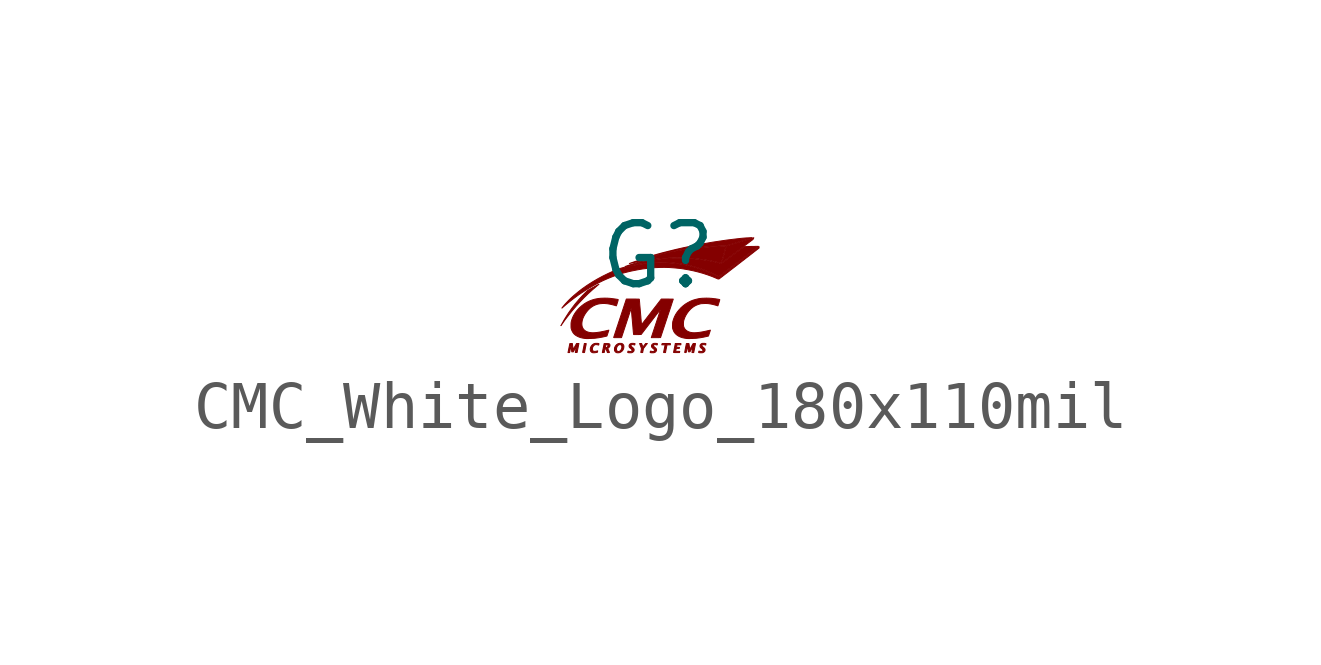
<source format=kicad_sym>
(kicad_symbol_lib
  (version 20211014)
  (generator kicad_symbol_editor)
  (symbol "CMC_White_Logo_180x110mil"
    (pin_names
      (offset 1.016))
    (property "Reference" "G"
      (at 0 0.819 0)
      (effects (font (size 1.27 1.27))))
    (symbol "CMC_White_Logo_180x110mil_0_0"
      (polyline (pts (xy -2.016 -0.633) (xy -2.017 -0.631) (xy -2.019 -0.633) (xy -2.017 -0.634) (xy -2.016 -0.633)) (stroke (width 0.01) (type default) (color 0 0 0 0)) (fill (type outline)))
      (polyline (pts (xy -0.214 0.792) (xy -0.214 0.794) (xy -0.214 0.794) (xy -0.218 0.794) (xy -0.218 0.793) (xy -0.216 0.792) (xy -0.214 0.792)) (stroke (width 0.01) (type default) (color 0 0 0 0)) (fill (type outline)))
      (polyline (pts (xy -0.203 0.795) (xy -0.203 0.797) (xy -0.203 0.797) (xy -0.207 0.797) (xy -0.207 0.796) (xy -0.205 0.795) (xy -0.203 0.795)) (stroke (width 0.01) (type default) (color 0 0 0 0)) (fill (type outline)))
      (polyline (pts (xy -0.195 0.798) (xy -0.195 0.799) (xy -0.195 0.8) (xy -0.198 0.799) (xy -0.199 0.798) (xy -0.197 0.797) (xy -0.195 0.798)) (stroke (width 0.01) (type default) (color 0 0 0 0)) (fill (type outline)))
      (polyline (pts (xy -0.185 0.801) (xy -0.179 0.803) (xy -0.176 0.805) (xy -0.177 0.805) (xy -0.18 0.805) (xy -0.187 0.803) (xy -0.19 0.801) (xy -0.188 0.801) (xy -0.185 0.801)) (stroke (width 0.01) (type default) (color 0 0 0 0)) (fill (type outline)))
      (polyline (pts (xy -1.538 -1.194) (xy -1.531 -1.193) (xy -1.529 -1.193) (xy -1.528 -1.191) (xy -1.527 -1.185) (xy -1.525 -1.175) (xy -1.522 -1.161) (xy -1.519 -1.143) (xy -1.515 -1.124) (xy -1.511 -1.102) (xy -1.508 -1.088) (xy -1.504 -1.067) (xy -1.5 -1.049) (xy -1.497 -1.033) (xy -1.495 -1.021) (xy -1.493 -1.012) (xy -1.493 -1.009) (xy -1.493 -1.009) (xy -1.495 -1.007) (xy -1.501 -1.006) (xy -1.512 -1.005) (xy -1.513 -1.005) (xy -1.522 -1.005) (xy -1.529 -1.006) (xy -1.531 -1.006) (xy -1.532 -1.007) (xy -1.533 -1.014) (xy -1.535 -1.024) (xy -1.538 -1.038) (xy -1.541 -1.056) (xy -1.545 -1.075) (xy -1.549 -1.097) (xy -1.552 -1.111) (xy -1.556 -1.132) (xy -1.56 -1.15) (xy -1.563 -1.166) (xy -1.565 -1.178) (xy -1.567 -1.187) (xy -1.567 -1.19) (xy -1.567 -1.19) (xy -1.565 -1.192) (xy -1.559 -1.193) (xy -1.548 -1.194) (xy -1.547 -1.194) (xy -1.538 -1.194)) (stroke (width 0.01) (type default) (color 0 0 0 0)) (fill (type outline)))
      (polyline (pts (xy -2.013 -0.625) (xy -2.008 -0.619) (xy -2 -0.608) (xy -1.99 -0.593) (xy -1.937 -0.517) (xy -1.865 -0.423) (xy -1.79 -0.329) (xy -1.71 -0.236) (xy -1.627 -0.145) (xy -1.542 -0.056) (xy -1.454 0.03) (xy -1.364 0.112) (xy -1.273 0.19) (xy -1.271 0.192) (xy -1.258 0.202) (xy -1.247 0.212) (xy -1.238 0.219) (xy -1.232 0.224) (xy -1.23 0.226) (xy -1.229 0.227) (xy -1.23 0.227) (xy -1.232 0.226) (xy -1.236 0.223) (xy -1.243 0.22) (xy -1.253 0.215) (xy -1.266 0.208) (xy -1.282 0.199) (xy -1.302 0.188) (xy -1.327 0.174) (xy -1.355 0.159) (xy -1.464 0.099) (xy -1.514 0.049) (xy -1.569 -0.006) (xy -1.648 -0.093) (xy -1.724 -0.183) (xy -1.795 -0.276) (xy -1.863 -0.372) (xy -1.928 -0.474) (xy -1.936 -0.487) (xy -1.946 -0.503) (xy -1.957 -0.522) (xy -1.968 -0.542) (xy -1.979 -0.562) (xy -1.99 -0.581) (xy -2 -0.598) (xy -2.008 -0.613) (xy -2.013 -0.623) (xy -2.015 -0.626) (xy -2.015 -0.628) (xy -2.013 -0.625)) (stroke (width 0.01) (type default) (color 0 0 0 0)) (fill (type outline)))
      (polyline (pts (xy 0.171 -1.118) (xy 0.172 -1.117) (xy 0.176 -1.097) (xy 0.179 -1.079) (xy 0.182 -1.063) (xy 0.185 -1.05) (xy 0.187 -1.042) (xy 0.187 -1.038) (xy 0.188 -1.037) (xy 0.189 -1.035) (xy 0.193 -1.034) (xy 0.199 -1.033) (xy 0.208 -1.033) (xy 0.223 -1.033) (xy 0.257 -1.033) (xy 0.259 -1.024) (xy 0.259 -1.021) (xy 0.26 -1.016) (xy 0.261 -1.013) (xy 0.26 -1.01) (xy 0.257 -1.008) (xy 0.252 -1.007) (xy 0.244 -1.006) (xy 0.233 -1.005) (xy 0.218 -1.005) (xy 0.156 -1.005) (xy 0.135 -1.005) (xy 0.118 -1.005) (xy 0.106 -1.006) (xy 0.097 -1.006) (xy 0.091 -1.007) (xy 0.087 -1.009) (xy 0.085 -1.011) (xy 0.083 -1.015) (xy 0.083 -1.019) (xy 0.082 -1.024) (xy 0.08 -1.033) (xy 0.149 -1.033) (xy 0.134 -1.107) (xy 0.134 -1.107) (xy 0.13 -1.127) (xy 0.126 -1.145) (xy 0.123 -1.161) (xy 0.12 -1.174) (xy 0.119 -1.183) (xy 0.118 -1.187) (xy 0.117 -1.189) (xy 0.118 -1.192) (xy 0.12 -1.193) (xy 0.126 -1.194) (xy 0.136 -1.194) (xy 0.157 -1.194) (xy 0.171 -1.118)) (stroke (width 0.01) (type default) (color 0 0 0 0)) (fill (type outline)))
      (polyline (pts (xy -0.328 -1.194) (xy -0.321 -1.193) (xy -0.318 -1.193) (xy -0.318 -1.192) (xy -0.317 -1.187) (xy -0.316 -1.177) (xy -0.313 -1.165) (xy -0.31 -1.151) (xy -0.302 -1.109) (xy -0.282 -1.084) (xy -0.276 -1.076) (xy -0.265 -1.062) (xy -0.253 -1.046) (xy -0.242 -1.032) (xy -0.221 -1.005) (xy -0.256 -1.005) (xy -0.284 -1.041) (xy -0.29 -1.05) (xy -0.299 -1.06) (xy -0.306 -1.068) (xy -0.311 -1.073) (xy -0.313 -1.075) (xy -0.313 -1.075) (xy -0.315 -1.071) (xy -0.319 -1.063) (xy -0.323 -1.052) (xy -0.328 -1.039) (xy -0.341 -1.005) (xy -0.363 -1.005) (xy -0.373 -1.005) (xy -0.38 -1.006) (xy -0.382 -1.006) (xy -0.381 -1.009) (xy -0.378 -1.017) (xy -0.374 -1.028) (xy -0.369 -1.041) (xy -0.363 -1.056) (xy -0.362 -1.057) (xy -0.356 -1.073) (xy -0.351 -1.087) (xy -0.347 -1.099) (xy -0.344 -1.108) (xy -0.343 -1.112) (xy -0.343 -1.112) (xy -0.344 -1.117) (xy -0.345 -1.127) (xy -0.348 -1.139) (xy -0.35 -1.152) (xy -0.35 -1.153) (xy -0.353 -1.166) (xy -0.355 -1.177) (xy -0.357 -1.186) (xy -0.357 -1.19) (xy -0.357 -1.19) (xy -0.355 -1.192) (xy -0.349 -1.193) (xy -0.338 -1.194) (xy -0.337 -1.194) (xy -0.328 -1.194)) (stroke (width 0.01) (type default) (color 0 0 0 0)) (fill (type outline)))
      (polyline (pts (xy 1.272 0.339) (xy 1.277 0.343) (xy 1.286 0.35) (xy 1.299 0.359) (xy 1.315 0.372) (xy 1.335 0.386) (xy 1.357 0.404) (xy 1.382 0.423) (xy 1.409 0.444) (xy 1.438 0.466) (xy 1.47 0.49) (xy 1.502 0.516) (xy 1.536 0.542) (xy 1.572 0.569) (xy 1.608 0.597) (xy 1.645 0.625) (xy 1.681 0.654) (xy 1.718 0.682) (xy 1.755 0.711) (xy 1.792 0.739) (xy 1.827 0.767) (xy 1.862 0.793) (xy 1.895 0.819) (xy 1.927 0.844) (xy 1.957 0.867) (xy 1.985 0.889) (xy 2.01 0.909) (xy 2.034 0.927) (xy 2.054 0.943) (xy 2.071 0.956) (xy 2.085 0.967) (xy 2.095 0.975) (xy 2.102 0.98) (xy 2.104 0.982) (xy 2.104 0.984) (xy 2.104 0.99) (xy 2.104 0.998) (xy 2.103 1.011) (xy 1.688 0.696) (xy 1.648 0.666) (xy 1.607 0.635) (xy 1.567 0.605) (xy 1.528 0.575) (xy 1.492 0.548) (xy 1.457 0.521) (xy 1.425 0.497) (xy 1.395 0.474) (xy 1.368 0.454) (xy 1.344 0.435) (xy 1.323 0.419) (xy 1.305 0.406) (xy 1.291 0.395) (xy 1.281 0.387) (xy 1.274 0.382) (xy 1.272 0.38) (xy 1.272 0.38) (xy 1.272 0.376) (xy 1.271 0.368) (xy 1.27 0.358) (xy 1.27 0.356) (xy 1.27 0.347) (xy 1.27 0.341) (xy 1.271 0.338) (xy 1.272 0.339)) (stroke (width 0.01) (type default) (color 0 0 0 0)) (fill (type outline)))
      (polyline (pts (xy -1.313 -1.197) (xy -1.296 -1.195) (xy -1.28 -1.192) (xy -1.26 -1.188) (xy -1.257 -1.174) (xy -1.256 -1.168) (xy -1.255 -1.162) (xy -1.255 -1.159) (xy -1.255 -1.159) (xy -1.259 -1.159) (xy -1.266 -1.161) (xy -1.275 -1.164) (xy -1.283 -1.165) (xy -1.301 -1.169) (xy -1.318 -1.17) (xy -1.332 -1.168) (xy -1.343 -1.165) (xy -1.347 -1.162) (xy -1.355 -1.155) (xy -1.361 -1.147) (xy -1.363 -1.136) (xy -1.364 -1.121) (xy -1.363 -1.107) (xy -1.359 -1.087) (xy -1.351 -1.069) (xy -1.337 -1.051) (xy -1.337 -1.051) (xy -1.325 -1.04) (xy -1.312 -1.032) (xy -1.297 -1.028) (xy -1.281 -1.028) (xy -1.261 -1.031) (xy -1.238 -1.038) (xy -1.236 -1.038) (xy -1.233 -1.035) (xy -1.231 -1.028) (xy -1.231 -1.027) (xy -1.229 -1.019) (xy -1.228 -1.013) (xy -1.228 -1.012) (xy -1.228 -1.01) (xy -1.231 -1.008) (xy -1.236 -1.006) (xy -1.246 -1.004) (xy -1.26 -1.003) (xy -1.265 -1.002) (xy -1.293 -1.002) (xy -1.317 -1.005) (xy -1.339 -1.013) (xy -1.341 -1.015) (xy -1.36 -1.027) (xy -1.376 -1.043) (xy -1.39 -1.062) (xy -1.4 -1.082) (xy -1.407 -1.103) (xy -1.409 -1.125) (xy -1.407 -1.146) (xy -1.401 -1.165) (xy -1.394 -1.175) (xy -1.381 -1.187) (xy -1.363 -1.195) (xy -1.358 -1.197) (xy -1.345 -1.198) (xy -1.33 -1.198) (xy -1.313 -1.197)) (stroke (width 0.01) (type default) (color 0 0 0 0)) (fill (type outline)))
      (polyline (pts (xy 0.451 -1.182) (xy 0.453 -1.17) (xy 0.411 -1.169) (xy 0.368 -1.169) (xy 0.37 -1.16) (xy 0.37 -1.159) (xy 0.372 -1.152) (xy 0.374 -1.141) (xy 0.376 -1.13) (xy 0.381 -1.109) (xy 0.413 -1.108) (xy 0.416 -1.108) (xy 0.429 -1.108) (xy 0.438 -1.107) (xy 0.443 -1.106) (xy 0.445 -1.105) (xy 0.446 -1.103) (xy 0.446 -1.099) (xy 0.448 -1.092) (xy 0.448 -1.09) (xy 0.448 -1.088) (xy 0.446 -1.087) (xy 0.441 -1.086) (xy 0.432 -1.086) (xy 0.419 -1.086) (xy 0.409 -1.085) (xy 0.398 -1.085) (xy 0.39 -1.085) (xy 0.387 -1.084) (xy 0.387 -1.082) (xy 0.388 -1.076) (xy 0.389 -1.066) (xy 0.392 -1.053) (xy 0.395 -1.039) (xy 0.395 -1.038) (xy 0.396 -1.036) (xy 0.398 -1.034) (xy 0.402 -1.034) (xy 0.409 -1.033) (xy 0.42 -1.033) (xy 0.476 -1.033) (xy 0.477 -1.023) (xy 0.478 -1.021) (xy 0.479 -1.014) (xy 0.479 -1.009) (xy 0.478 -1.008) (xy 0.474 -1.007) (xy 0.467 -1.006) (xy 0.456 -1.006) (xy 0.441 -1.005) (xy 0.42 -1.005) (xy 0.361 -1.005) (xy 0.344 -1.095) (xy 0.341 -1.108) (xy 0.337 -1.129) (xy 0.333 -1.148) (xy 0.33 -1.164) (xy 0.327 -1.176) (xy 0.325 -1.185) (xy 0.325 -1.189) (xy 0.325 -1.19) (xy 0.325 -1.191) (xy 0.327 -1.192) (xy 0.332 -1.193) (xy 0.339 -1.193) (xy 0.35 -1.194) (xy 0.366 -1.194) (xy 0.448 -1.194) (xy 0.451 -1.182)) (stroke (width 0.01) (type default) (color 0 0 0 0)) (fill (type outline)))
      (polyline (pts (xy 1.33 0.679) (xy 1.331 0.679) (xy 1.333 0.681) (xy 1.336 0.683) (xy 1.341 0.686) (xy 1.346 0.69) (xy 1.354 0.696) (xy 1.364 0.703) (xy 1.375 0.712) (xy 1.389 0.722) (xy 1.406 0.734) (xy 1.426 0.749) (xy 1.448 0.765) (xy 1.474 0.784) (xy 1.503 0.806) (xy 1.535 0.83) (xy 1.572 0.857) (xy 1.612 0.887) (xy 1.657 0.921) (xy 1.976 1.159) (xy 1.987 1.178) (xy 1.988 1.181) (xy 1.992 1.189) (xy 1.994 1.194) (xy 1.994 1.196) (xy 1.991 1.195) (xy 1.983 1.192) (xy 1.953 1.183) (xy 1.932 1.177) (xy 1.908 1.169) (xy 1.881 1.161) (xy 1.85 1.151) (xy 1.817 1.141) (xy 1.782 1.131) (xy 1.746 1.119) (xy 1.707 1.108) (xy 1.669 1.096) (xy 1.632 1.085) (xy 1.598 1.074) (xy 1.565 1.064) (xy 1.535 1.055) (xy 1.508 1.046) (xy 1.484 1.039) (xy 1.463 1.033) (xy 1.447 1.028) (xy 1.435 1.024) (xy 1.427 1.021) (xy 1.424 1.02) (xy 1.424 1.019) (xy 1.422 1.014) (xy 1.419 1.003) (xy 1.415 0.989) (xy 1.41 0.971) (xy 1.405 0.949) (xy 1.398 0.926) (xy 1.391 0.9) (xy 1.383 0.872) (xy 1.38 0.858) (xy 1.372 0.83) (xy 1.365 0.803) (xy 1.358 0.778) (xy 1.352 0.756) (xy 1.346 0.736) (xy 1.342 0.721) (xy 1.338 0.709) (xy 1.336 0.702) (xy 1.332 0.689) (xy 1.33 0.682) (xy 1.329 0.679) (xy 1.329 0.679) (xy 1.33 0.679)) (stroke (width 0.01) (type default) (color 0 0 0 0)) (fill (type outline)))
      (polyline (pts (xy -1.826 -1.126) (xy -1.823 -1.111) (xy -1.82 -1.094) (xy -1.817 -1.08) (xy -1.814 -1.069) (xy -1.812 -1.062) (xy -1.811 -1.06) (xy -1.811 -1.06) (xy -1.81 -1.065) (xy -1.808 -1.074) (xy -1.806 -1.087) (xy -1.804 -1.102) (xy -1.801 -1.12) (xy -1.793 -1.178) (xy -1.778 -1.179) (xy -1.762 -1.18) (xy -1.729 -1.121) (xy -1.722 -1.108) (xy -1.714 -1.093) (xy -1.706 -1.08) (xy -1.701 -1.071) (xy -1.697 -1.065) (xy -1.696 -1.063) (xy -1.696 -1.064) (xy -1.696 -1.07) (xy -1.698 -1.08) (xy -1.701 -1.093) (xy -1.704 -1.109) (xy -1.707 -1.127) (xy -1.709 -1.137) (xy -1.713 -1.154) (xy -1.716 -1.169) (xy -1.718 -1.18) (xy -1.719 -1.188) (xy -1.72 -1.192) (xy -1.717 -1.193) (xy -1.71 -1.193) (xy -1.701 -1.193) (xy -1.683 -1.192) (xy -1.666 -1.108) (xy -1.664 -1.099) (xy -1.66 -1.078) (xy -1.656 -1.059) (xy -1.653 -1.042) (xy -1.65 -1.029) (xy -1.648 -1.019) (xy -1.647 -1.014) (xy -1.645 -1.005) (xy -1.694 -1.005) (xy -1.728 -1.066) (xy -1.733 -1.075) (xy -1.743 -1.093) (xy -1.752 -1.107) (xy -1.758 -1.117) (xy -1.762 -1.123) (xy -1.764 -1.124) (xy -1.764 -1.123) (xy -1.765 -1.118) (xy -1.767 -1.109) (xy -1.772 -1.08) (xy -1.774 -1.063) (xy -1.782 -1.005) (xy -1.834 -1.007) (xy -1.851 -1.091) (xy -1.853 -1.1) (xy -1.857 -1.121) (xy -1.861 -1.14) (xy -1.864 -1.157) (xy -1.867 -1.17) (xy -1.869 -1.18) (xy -1.87 -1.185) (xy -1.872 -1.194) (xy -1.839 -1.194) (xy -1.826 -1.126)) (stroke (width 0.01) (type default) (color 0 0 0 0)) (fill (type outline)))
      (polyline (pts (xy -0.824 -1.198) (xy -0.822 -1.198) (xy -0.81 -1.197) (xy -0.8 -1.195) (xy -0.791 -1.192) (xy -0.78 -1.187) (xy -0.776 -1.185) (xy -0.755 -1.171) (xy -0.737 -1.153) (xy -0.723 -1.131) (xy -0.714 -1.108) (xy -0.71 -1.083) (xy -0.709 -1.067) (xy -0.711 -1.051) (xy -0.716 -1.037) (xy -0.725 -1.025) (xy -0.729 -1.02) (xy -0.74 -1.011) (xy -0.752 -1.006) (xy -0.767 -1.002) (xy -0.77 -1.002) (xy -0.796 -1.002) (xy -0.82 -1.007) (xy -0.842 -1.016) (xy -0.862 -1.031) (xy -0.879 -1.05) (xy -0.893 -1.073) (xy -0.897 -1.081) (xy -0.901 -1.09) (xy -0.903 -1.098) (xy -0.904 -1.108) (xy -0.905 -1.121) (xy -0.905 -1.129) (xy -0.863 -1.129) (xy -0.863 -1.111) (xy -0.859 -1.092) (xy -0.851 -1.073) (xy -0.849 -1.068) (xy -0.838 -1.053) (xy -0.826 -1.041) (xy -0.813 -1.033) (xy -0.799 -1.028) (xy -0.786 -1.028) (xy -0.774 -1.031) (xy -0.764 -1.039) (xy -0.756 -1.05) (xy -0.755 -1.054) (xy -0.751 -1.07) (xy -0.751 -1.088) (xy -0.755 -1.107) (xy -0.762 -1.126) (xy -0.772 -1.142) (xy -0.784 -1.156) (xy -0.797 -1.166) (xy -0.813 -1.171) (xy -0.828 -1.173) (xy -0.841 -1.168) (xy -0.853 -1.159) (xy -0.854 -1.157) (xy -0.86 -1.145) (xy -0.863 -1.129) (xy -0.905 -1.129) (xy -0.905 -1.133) (xy -0.905 -1.142) (xy -0.904 -1.149) (xy -0.902 -1.155) (xy -0.898 -1.163) (xy -0.897 -1.165) (xy -0.887 -1.179) (xy -0.873 -1.19) (xy -0.858 -1.196) (xy -0.857 -1.197) (xy -0.848 -1.198) (xy -0.837 -1.198) (xy -0.824 -1.198)) (stroke (width 0.01) (type default) (color 0 0 0 0)) (fill (type outline)))
      (polyline (pts (xy -0.107 -1.198) (xy -0.095 -1.198) (xy -0.083 -1.196) (xy -0.074 -1.194) (xy -0.066 -1.191) (xy -0.055 -1.185) (xy -0.043 -1.173) (xy -0.034 -1.16) (xy -0.029 -1.145) (xy -0.029 -1.131) (xy -0.031 -1.124) (xy -0.035 -1.116) (xy -0.042 -1.107) (xy -0.053 -1.096) (xy -0.068 -1.083) (xy -0.078 -1.074) (xy -0.086 -1.067) (xy -0.09 -1.061) (xy -0.093 -1.057) (xy -0.094 -1.052) (xy -0.093 -1.044) (xy -0.087 -1.036) (xy -0.078 -1.03) (xy -0.066 -1.028) (xy -0.051 -1.029) (xy -0.034 -1.032) (xy -0.025 -1.035) (xy -0.019 -1.036) (xy -0.016 -1.034) (xy -0.014 -1.029) (xy -0.012 -1.019) (xy -0.011 -1.009) (xy -0.027 -1.005) (xy -0.037 -1.003) (xy -0.051 -1.002) (xy -0.064 -1.002) (xy -0.073 -1.002) (xy -0.083 -1.003) (xy -0.092 -1.005) (xy -0.102 -1.01) (xy -0.108 -1.013) (xy -0.122 -1.024) (xy -0.131 -1.038) (xy -0.135 -1.055) (xy -0.135 -1.062) (xy -0.133 -1.073) (xy -0.127 -1.085) (xy -0.116 -1.096) (xy -0.101 -1.109) (xy -0.096 -1.113) (xy -0.087 -1.121) (xy -0.08 -1.128) (xy -0.076 -1.133) (xy -0.073 -1.141) (xy -0.073 -1.152) (xy -0.077 -1.16) (xy -0.085 -1.167) (xy -0.096 -1.171) (xy -0.11 -1.173) (xy -0.125 -1.171) (xy -0.142 -1.166) (xy -0.147 -1.164) (xy -0.153 -1.164) (xy -0.157 -1.166) (xy -0.159 -1.173) (xy -0.159 -1.175) (xy -0.161 -1.183) (xy -0.162 -1.188) (xy -0.162 -1.189) (xy -0.162 -1.192) (xy -0.158 -1.194) (xy -0.149 -1.196) (xy -0.145 -1.197) (xy -0.134 -1.198) (xy -0.12 -1.198) (xy -0.107 -1.198)) (stroke (width 0.01) (type default) (color 0 0 0 0)) (fill (type outline)))
      (polyline (pts (xy -0.574 -1.198) (xy -0.565 -1.198) (xy -0.554 -1.197) (xy -0.545 -1.196) (xy -0.538 -1.193) (xy -0.53 -1.189) (xy -0.523 -1.185) (xy -0.509 -1.174) (xy -0.5 -1.16) (xy -0.496 -1.143) (xy -0.496 -1.137) (xy -0.497 -1.127) (xy -0.501 -1.117) (xy -0.507 -1.107) (xy -0.518 -1.097) (xy -0.533 -1.084) (xy -0.534 -1.083) (xy -0.546 -1.073) (xy -0.554 -1.066) (xy -0.559 -1.06) (xy -0.561 -1.055) (xy -0.561 -1.052) (xy -0.559 -1.042) (xy -0.553 -1.034) (xy -0.543 -1.029) (xy -0.529 -1.027) (xy -0.521 -1.028) (xy -0.509 -1.03) (xy -0.497 -1.033) (xy -0.487 -1.037) (xy -0.486 -1.037) (xy -0.484 -1.036) (xy -0.482 -1.032) (xy -0.48 -1.024) (xy -0.477 -1.009) (xy -0.493 -1.005) (xy -0.502 -1.004) (xy -0.52 -1.002) (xy -0.537 -1.002) (xy -0.553 -1.004) (xy -0.565 -1.008) (xy -0.573 -1.011) (xy -0.581 -1.016) (xy -0.587 -1.022) (xy -0.594 -1.031) (xy -0.597 -1.038) (xy -0.6 -1.046) (xy -0.601 -1.058) (xy -0.6 -1.069) (xy -0.596 -1.08) (xy -0.589 -1.091) (xy -0.577 -1.101) (xy -0.577 -1.102) (xy -0.563 -1.113) (xy -0.553 -1.122) (xy -0.546 -1.129) (xy -0.542 -1.135) (xy -0.54 -1.14) (xy -0.539 -1.145) (xy -0.54 -1.149) (xy -0.542 -1.156) (xy -0.548 -1.163) (xy -0.556 -1.169) (xy -0.568 -1.172) (xy -0.582 -1.172) (xy -0.6 -1.169) (xy -0.603 -1.168) (xy -0.613 -1.166) (xy -0.62 -1.165) (xy -0.623 -1.165) (xy -0.624 -1.166) (xy -0.626 -1.172) (xy -0.627 -1.18) (xy -0.629 -1.193) (xy -0.619 -1.195) (xy -0.617 -1.195) (xy -0.609 -1.197) (xy -0.605 -1.198) (xy -0.603 -1.198) (xy -0.596 -1.198) (xy -0.586 -1.198) (xy -0.574 -1.198)) (stroke (width 0.01) (type default) (color 0 0 0 0)) (fill (type outline)))
      (polyline (pts (xy -0.167 0.807) (xy -0.161 0.808) (xy -0.151 0.811) (xy -0.137 0.815) (xy -0.119 0.82) (xy -0.09 0.828) (xy -0.03 0.843) (xy 0.031 0.859) (xy 0.094 0.874) (xy 0.155 0.888) (xy 0.214 0.901) (xy 0.27 0.912) (xy 0.275 0.913) (xy 0.349 0.927) (xy 0.428 0.941) (xy 0.511 0.953) (xy 0.598 0.965) (xy 0.687 0.977) (xy 0.778 0.987) (xy 0.871 0.997) (xy 0.964 1.005) (xy 1.058 1.013) (xy 1.15 1.019) (xy 1.242 1.024) (xy 1.331 1.028) (xy 1.422 1.031) (xy 1.687 1.112) (xy 1.708 1.119) (xy 1.745 1.13) (xy 1.779 1.141) (xy 1.812 1.151) (xy 1.842 1.16) (xy 1.87 1.169) (xy 1.894 1.176) (xy 1.915 1.183) (xy 1.932 1.188) (xy 1.945 1.192) (xy 1.953 1.195) (xy 1.956 1.196) (xy 1.958 1.197) (xy 1.954 1.198) (xy 1.946 1.197) (xy 1.945 1.197) (xy 1.937 1.197) (xy 1.925 1.196) (xy 1.909 1.195) (xy 1.892 1.194) (xy 1.873 1.193) (xy 1.844 1.192) (xy 1.812 1.19) (xy 1.779 1.187) (xy 1.744 1.184) (xy 1.706 1.18) (xy 1.663 1.175) (xy 1.577 1.165) (xy 1.431 1.147) (xy 1.281 1.125) (xy 1.129 1.102) (xy 0.976 1.075) (xy 0.823 1.047) (xy 0.669 1.017) (xy 0.518 0.985) (xy 0.368 0.951) (xy 0.222 0.915) (xy 0.08 0.879) (xy 0.065 0.875) (xy 0.045 0.869) (xy 0.023 0.863) (xy -0.0003 0.857) (xy -0.024 0.85) (xy -0.048 0.843) (xy -0.072 0.837) (xy -0.094 0.83) (xy -0.115 0.824) (xy -0.133 0.819) (xy -0.149 0.814) (xy -0.161 0.811) (xy -0.168 0.808) (xy -0.171 0.807) (xy -0.172 0.807) (xy -0.172 0.806) (xy -0.17 0.806) (xy -0.167 0.807)) (stroke (width 0.01) (type default) (color 0 0 0 0)) (fill (type outline)))
      (polyline (pts (xy 0.902 -1.198) (xy 0.911 -1.198) (xy 0.922 -1.197) (xy 0.931 -1.196) (xy 0.938 -1.193) (xy 0.946 -1.189) (xy 0.953 -1.185) (xy 0.967 -1.174) (xy 0.976 -1.16) (xy 0.98 -1.143) (xy 0.98 -1.137) (xy 0.979 -1.127) (xy 0.975 -1.117) (xy 0.969 -1.107) (xy 0.958 -1.097) (xy 0.943 -1.084) (xy 0.942 -1.083) (xy 0.93 -1.073) (xy 0.922 -1.066) (xy 0.917 -1.06) (xy 0.915 -1.055) (xy 0.915 -1.055) (xy 0.916 -1.045) (xy 0.921 -1.036) (xy 0.93 -1.03) (xy 0.931 -1.029) (xy 0.941 -1.028) (xy 0.954 -1.028) (xy 0.968 -1.03) (xy 0.98 -1.034) (xy 0.984 -1.035) (xy 0.991 -1.037) (xy 0.993 -1.038) (xy 0.994 -1.036) (xy 0.995 -1.031) (xy 0.996 -1.023) (xy 0.998 -1.009) (xy 0.983 -1.005) (xy 0.982 -1.005) (xy 0.972 -1.003) (xy 0.958 -1.002) (xy 0.945 -1.002) (xy 0.935 -1.002) (xy 0.925 -1.003) (xy 0.916 -1.005) (xy 0.907 -1.009) (xy 0.897 -1.015) (xy 0.885 -1.027) (xy 0.877 -1.041) (xy 0.875 -1.058) (xy 0.876 -1.069) (xy 0.88 -1.08) (xy 0.887 -1.091) (xy 0.899 -1.101) (xy 0.906 -1.107) (xy 0.918 -1.117) (xy 0.927 -1.126) (xy 0.932 -1.133) (xy 0.935 -1.139) (xy 0.936 -1.146) (xy 0.936 -1.151) (xy 0.934 -1.158) (xy 0.928 -1.164) (xy 0.92 -1.169) (xy 0.908 -1.172) (xy 0.894 -1.172) (xy 0.876 -1.169) (xy 0.873 -1.168) (xy 0.864 -1.166) (xy 0.856 -1.165) (xy 0.853 -1.165) (xy 0.852 -1.166) (xy 0.85 -1.172) (xy 0.849 -1.18) (xy 0.847 -1.193) (xy 0.858 -1.195) (xy 0.859 -1.195) (xy 0.867 -1.197) (xy 0.871 -1.198) (xy 0.873 -1.198) (xy 0.88 -1.198) (xy 0.89 -1.198) (xy 0.902 -1.198)) (stroke (width 0.01) (type default) (color 0 0 0 0)) (fill (type outline)))
      (polyline (pts (xy -1.137 -1.193) (xy -1.118 -1.192) (xy -1.111 -1.16) (xy -1.109 -1.149) (xy -1.106 -1.136) (xy -1.104 -1.126) (xy -1.103 -1.121) (xy -1.101 -1.117) (xy -1.099 -1.116) (xy -1.096 -1.116) (xy -1.092 -1.117) (xy -1.082 -1.117) (xy -1.066 -1.155) (xy -1.051 -1.194) (xy -1.029 -1.194) (xy -1.023 -1.194) (xy -1.014 -1.193) (xy -1.01 -1.192) (xy -1.009 -1.19) (xy -1.01 -1.189) (xy -1.012 -1.183) (xy -1.017 -1.173) (xy -1.022 -1.161) (xy -1.029 -1.147) (xy -1.033 -1.138) (xy -1.038 -1.126) (xy -1.043 -1.116) (xy -1.045 -1.109) (xy -1.046 -1.106) (xy -1.044 -1.105) (xy -1.039 -1.102) (xy -1.032 -1.098) (xy -1.022 -1.089) (xy -1.012 -1.078) (xy -1.004 -1.068) (xy -1.001 -1.057) (xy -0.999 -1.044) (xy -1 -1.032) (xy -1.003 -1.022) (xy -1.006 -1.018) (xy -1.011 -1.014) (xy -1.017 -1.011) (xy -1.025 -1.009) (xy -1.037 -1.008) (xy -1.053 -1.007) (xy -1.073 -1.007) (xy -1.12 -1.007) (xy -1.136 -1.088) (xy -1.097 -1.088) (xy -1.096 -1.084) (xy -1.095 -1.076) (xy -1.093 -1.066) (xy -1.091 -1.056) (xy -1.088 -1.045) (xy -1.086 -1.038) (xy -1.084 -1.035) (xy -1.08 -1.033) (xy -1.075 -1.033) (xy -1.067 -1.033) (xy -1.065 -1.033) (xy -1.055 -1.034) (xy -1.048 -1.035) (xy -1.044 -1.038) (xy -1.04 -1.043) (xy -1.038 -1.048) (xy -1.039 -1.053) (xy -1.044 -1.064) (xy -1.051 -1.075) (xy -1.061 -1.083) (xy -1.072 -1.088) (xy -1.079 -1.09) (xy -1.088 -1.091) (xy -1.094 -1.091) (xy -1.097 -1.089) (xy -1.097 -1.088) (xy -1.136 -1.088) (xy -1.137 -1.091) (xy -1.139 -1.1) (xy -1.143 -1.121) (xy -1.147 -1.14) (xy -1.15 -1.157) (xy -1.153 -1.17) (xy -1.155 -1.18) (xy -1.156 -1.185) (xy -1.157 -1.194) (xy -1.137 -1.193)) (stroke (width 0.01) (type default) (color 0 0 0 0)) (fill (type outline)))
      (polyline (pts (xy -1.996 -0.267) (xy -1.991 -0.263) (xy -1.984 -0.256) (xy -1.972 -0.246) (xy -1.958 -0.234) (xy -1.94 -0.218) (xy -1.908 -0.191) (xy -1.849 -0.143) (xy -1.787 -0.094) (xy -1.722 -0.045) (xy -1.657 0.003) (xy -1.591 0.048) (xy -1.526 0.09) (xy -1.458 0.133) (xy -1.352 0.195) (xy -1.247 0.252) (xy -1.142 0.304) (xy -1.037 0.35) (xy -0.932 0.392) (xy -0.825 0.429) (xy -0.718 0.462) (xy -0.609 0.49) (xy -0.547 0.504) (xy -0.43 0.527) (xy -0.315 0.547) (xy -0.202 0.561) (xy -0.09 0.572) (xy 0.02 0.577) (xy 0.13 0.579) (xy 0.239 0.576) (xy 0.348 0.568) (xy 0.459 0.557) (xy 0.527 0.547) (xy 0.632 0.529) (xy 0.735 0.508) (xy 0.837 0.483) (xy 0.937 0.455) (xy 1.034 0.423) (xy 1.128 0.389) (xy 1.218 0.351) (xy 1.224 0.349) (xy 1.236 0.343) (xy 1.247 0.339) (xy 1.254 0.337) (xy 1.256 0.336) (xy 1.256 0.336) (xy 1.257 0.341) (xy 1.258 0.348) (xy 1.259 0.359) (xy 1.261 0.381) (xy 1.203 0.41) (xy 1.171 0.426) (xy 1.077 0.47) (xy 0.979 0.51) (xy 0.879 0.546) (xy 0.777 0.578) (xy 0.674 0.605) (xy 0.571 0.628) (xy 0.468 0.646) (xy 0.388 0.657) (xy 0.287 0.667) (xy 0.184 0.672) (xy 0.077 0.674) (xy -0.031 0.672) (xy -0.141 0.666) (xy -0.253 0.656) (xy -0.365 0.643) (xy -0.477 0.626) (xy -0.589 0.605) (xy -0.606 0.601) (xy -0.645 0.593) (xy -0.679 0.585) (xy -0.711 0.578) (xy -0.739 0.57) (xy -0.765 0.563) (xy -0.789 0.555) (xy -0.813 0.547) (xy -0.837 0.538) (xy -0.861 0.529) (xy -0.922 0.504) (xy -1.036 0.452) (xy -1.148 0.397) (xy -1.256 0.339) (xy -1.36 0.278) (xy -1.459 0.215) (xy -1.48 0.201) (xy -1.513 0.178) (xy -1.544 0.156) (xy -1.574 0.135) (xy -1.603 0.113) (xy -1.633 0.09) (xy -1.664 0.065) (xy -1.697 0.038) (xy -1.734 0.007) (xy -1.743 -0.0004) (xy -1.781 -0.034) (xy -1.82 -0.07) (xy -1.858 -0.107) (xy -1.894 -0.145) (xy -1.929 -0.182) (xy -1.96 -0.218) (xy -1.987 -0.252) (xy -1.989 -0.254) (xy -1.994 -0.26) (xy -1.997 -0.265) (xy -1.999 -0.267) (xy -1.999 -0.268) (xy -1.996 -0.267)) (stroke (width 0.01) (type default) (color 0 0 0 0)) (fill (type outline)))
      (polyline (pts (xy -0.593 0.66) (xy -0.586 0.661) (xy -0.574 0.663) (xy -0.56 0.666) (xy -0.543 0.67) (xy -0.524 0.674) (xy -0.519 0.675) (xy -0.473 0.685) (xy -0.432 0.694) (xy -0.395 0.702) (xy -0.359 0.708) (xy -0.325 0.715) (xy -0.292 0.72) (xy -0.258 0.726) (xy -0.223 0.731) (xy -0.185 0.736) (xy -0.121 0.745) (xy -0.033 0.755) (xy 0.054 0.763) (xy 0.144 0.77) (xy 0.237 0.776) (xy 0.255 0.776) (xy 0.282 0.777) (xy 0.313 0.778) (xy 0.347 0.778) (xy 0.383 0.778) (xy 0.419 0.779) (xy 0.456 0.779) (xy 0.491 0.778) (xy 0.525 0.778) (xy 0.556 0.777) (xy 0.584 0.776) (xy 0.607 0.776) (xy 0.616 0.775) (xy 0.734 0.767) (xy 0.849 0.756) (xy 0.959 0.742) (xy 1.064 0.725) (xy 1.166 0.705) (xy 1.262 0.682) (xy 1.276 0.679) (xy 1.29 0.675) (xy 1.302 0.673) (xy 1.309 0.671) (xy 1.313 0.67) (xy 1.313 0.67) (xy 1.315 0.673) (xy 1.317 0.68) (xy 1.321 0.69) (xy 1.325 0.703) (xy 1.327 0.708) (xy 1.33 0.719) (xy 1.334 0.734) (xy 1.339 0.752) (xy 1.345 0.772) (xy 1.351 0.795) (xy 1.358 0.819) (xy 1.365 0.844) (xy 1.372 0.869) (xy 1.378 0.894) (xy 1.385 0.919) (xy 1.391 0.942) (xy 1.397 0.962) (xy 1.402 0.981) (xy 1.406 0.996) (xy 1.409 1.008) (xy 1.411 1.016) (xy 1.411 1.018) (xy 1.411 1.018) (xy 1.407 1.019) (xy 1.399 1.019) (xy 1.387 1.018) (xy 1.371 1.018) (xy 1.352 1.017) (xy 1.331 1.016) (xy 1.308 1.016) (xy 1.285 1.014) (xy 1.261 1.014) (xy 1.237 1.012) (xy 1.215 1.011) (xy 1.194 1.01) (xy 1.176 1.009) (xy 1.144 1.007) (xy 1.052 1.001) (xy 0.959 0.994) (xy 0.866 0.985) (xy 0.774 0.975) (xy 0.682 0.965) (xy 0.593 0.953) (xy 0.506 0.941) (xy 0.423 0.928) (xy 0.344 0.915) (xy 0.27 0.901) (xy 0.264 0.9) (xy 0.189 0.884) (xy 0.11 0.866) (xy 0.028 0.846) (xy -0.056 0.825) (xy -0.142 0.802) (xy -0.227 0.778) (xy -0.312 0.753) (xy -0.396 0.727) (xy -0.476 0.701) (xy -0.554 0.674) (xy -0.564 0.671) (xy -0.577 0.666) (xy -0.587 0.662) (xy -0.593 0.66) (xy -0.595 0.659) (xy -0.593 0.66)) (stroke (width 0.01) (type default) (color 0 0 0 0)) (fill (type outline)))
      (polyline (pts (xy 0.763 -1.101) (xy 0.766 -1.085) (xy 0.77 -1.064) (xy 0.774 -1.046) (xy 0.777 -1.03) (xy 0.779 -1.018) (xy 0.78 -1.01) (xy 0.781 -1.007) (xy 0.78 -1.007) (xy 0.776 -1.006) (xy 0.767 -1.006) (xy 0.757 -1.005) (xy 0.733 -1.005) (xy 0.698 -1.067) (xy 0.69 -1.082) (xy 0.681 -1.098) (xy 0.674 -1.111) (xy 0.668 -1.121) (xy 0.664 -1.127) (xy 0.663 -1.129) (xy 0.663 -1.129) (xy 0.662 -1.125) (xy 0.661 -1.116) (xy 0.659 -1.105) (xy 0.657 -1.091) (xy 0.655 -1.075) (xy 0.652 -1.059) (xy 0.65 -1.044) (xy 0.648 -1.03) (xy 0.647 -1.019) (xy 0.646 -1.011) (xy 0.645 -1.008) (xy 0.644 -1.007) (xy 0.639 -1.006) (xy 0.63 -1.006) (xy 0.619 -1.005) (xy 0.618 -1.005) (xy 0.606 -1.005) (xy 0.599 -1.006) (xy 0.594 -1.007) (xy 0.592 -1.009) (xy 0.591 -1.012) (xy 0.59 -1.017) (xy 0.588 -1.027) (xy 0.585 -1.041) (xy 0.582 -1.057) (xy 0.578 -1.075) (xy 0.574 -1.095) (xy 0.571 -1.114) (xy 0.567 -1.133) (xy 0.564 -1.15) (xy 0.561 -1.165) (xy 0.559 -1.177) (xy 0.557 -1.185) (xy 0.557 -1.189) (xy 0.557 -1.19) (xy 0.558 -1.192) (xy 0.563 -1.193) (xy 0.572 -1.194) (xy 0.577 -1.194) (xy 0.583 -1.193) (xy 0.587 -1.191) (xy 0.588 -1.187) (xy 0.588 -1.187) (xy 0.589 -1.181) (xy 0.592 -1.17) (xy 0.594 -1.157) (xy 0.597 -1.141) (xy 0.601 -1.123) (xy 0.602 -1.117) (xy 0.605 -1.1) (xy 0.609 -1.085) (xy 0.611 -1.073) (xy 0.613 -1.064) (xy 0.614 -1.06) (xy 0.614 -1.06) (xy 0.615 -1.061) (xy 0.617 -1.067) (xy 0.619 -1.078) (xy 0.621 -1.093) (xy 0.624 -1.111) (xy 0.626 -1.124) (xy 0.628 -1.142) (xy 0.63 -1.156) (xy 0.632 -1.166) (xy 0.634 -1.173) (xy 0.636 -1.177) (xy 0.638 -1.179) (xy 0.641 -1.18) (xy 0.645 -1.18) (xy 0.65 -1.179) (xy 0.665 -1.178) (xy 0.697 -1.122) (xy 0.703 -1.112) (xy 0.711 -1.096) (xy 0.719 -1.083) (xy 0.725 -1.073) (xy 0.729 -1.065) (xy 0.731 -1.062) (xy 0.731 -1.063) (xy 0.731 -1.068) (xy 0.729 -1.076) (xy 0.727 -1.088) (xy 0.725 -1.103) (xy 0.722 -1.118) (xy 0.719 -1.134) (xy 0.715 -1.15) (xy 0.712 -1.165) (xy 0.71 -1.178) (xy 0.708 -1.187) (xy 0.707 -1.189) (xy 0.707 -1.192) (xy 0.71 -1.193) (xy 0.715 -1.194) (xy 0.725 -1.194) (xy 0.744 -1.194) (xy 0.763 -1.101)) (stroke (width 0.01) (type default) (color 0 0 0 0)) (fill (type outline)))
      (polyline (pts (xy 1.266 0.391) (xy 1.27 0.394) (xy 1.278 0.4) (xy 1.29 0.408) (xy 1.305 0.42) (xy 1.323 0.434) (xy 1.345 0.45) (xy 1.369 0.468) (xy 1.396 0.488) (xy 1.425 0.51) (xy 1.455 0.534) (xy 1.488 0.558) (xy 1.522 0.584) (xy 1.557 0.61) (xy 1.593 0.638) (xy 1.629 0.665) (xy 1.666 0.693) (xy 1.703 0.721) (xy 1.74 0.749) (xy 1.776 0.776) (xy 1.812 0.804) (xy 1.847 0.83) (xy 1.88 0.855) (xy 1.912 0.879) (xy 1.942 0.902) (xy 1.97 0.924) (xy 1.996 0.943) (xy 2.019 0.961) (xy 2.04 0.977) (xy 2.057 0.99) (xy 2.071 1) (xy 2.082 1.008) (xy 2.088 1.014) (xy 2.091 1.016) (xy 2.089 1.016) (xy 2.081 1.016) (xy 2.07 1.016) (xy 2.053 1.016) (xy 2.033 1.016) (xy 2.01 1.015) (xy 1.984 1.015) (xy 1.955 1.014) (xy 1.924 1.014) (xy 1.891 1.013) (xy 1.858 1.012) (xy 1.795 1.01) (xy 1.557 0.833) (xy 1.524 0.808) (xy 1.487 0.781) (xy 1.455 0.757) (xy 1.427 0.736) (xy 1.402 0.718) (xy 1.381 0.703) (xy 1.363 0.69) (xy 1.348 0.679) (xy 1.336 0.671) (xy 1.327 0.665) (xy 1.32 0.66) (xy 1.316 0.658) (xy 1.314 0.658) (xy 1.276 0.668) (xy 1.173 0.692) (xy 1.067 0.714) (xy 0.956 0.731) (xy 0.843 0.746) (xy 0.725 0.757) (xy 0.602 0.764) (xy 0.585 0.765) (xy 0.559 0.766) (xy 0.53 0.766) (xy 0.497 0.767) (xy 0.463 0.767) (xy 0.427 0.767) (xy 0.392 0.767) (xy 0.357 0.767) (xy 0.323 0.766) (xy 0.292 0.766) (xy 0.265 0.765) (xy 0.242 0.764) (xy 0.234 0.764) (xy 0.135 0.758) (xy 0.035 0.75) (xy -0.064 0.74) (xy -0.162 0.728) (xy -0.257 0.715) (xy -0.348 0.699) (xy -0.366 0.696) (xy -0.392 0.689) (xy -0.423 0.681) (xy -0.459 0.67) (xy -0.499 0.658) (xy -0.545 0.643) (xy -0.596 0.627) (xy -0.611 0.622) (xy -0.635 0.614) (xy -0.654 0.607) (xy -0.669 0.602) (xy -0.678 0.598) (xy -0.683 0.596) (xy -0.682 0.596) (xy -0.676 0.597) (xy -0.666 0.599) (xy -0.661 0.6) (xy -0.647 0.604) (xy -0.629 0.607) (xy -0.608 0.612) (xy -0.585 0.617) (xy -0.56 0.621) (xy -0.535 0.626) (xy -0.511 0.631) (xy -0.488 0.635) (xy -0.468 0.638) (xy -0.434 0.644) (xy -0.308 0.661) (xy -0.185 0.674) (xy -0.064 0.682) (xy 0.055 0.686) (xy 0.172 0.684) (xy 0.286 0.678) (xy 0.397 0.667) (xy 0.506 0.651) (xy 0.612 0.631) (xy 0.642 0.624) (xy 0.719 0.605) (xy 0.797 0.583) (xy 0.874 0.558) (xy 0.951 0.532) (xy 1.025 0.503) (xy 1.097 0.473) (xy 1.165 0.442) (xy 1.228 0.41) (xy 1.234 0.407) (xy 1.246 0.4) (xy 1.256 0.395) (xy 1.263 0.392) (xy 1.266 0.391) (xy 1.266 0.391)) (stroke (width 0.01) (type default) (color 0 0 0 0)) (fill (type outline)))
      (polyline (pts (xy -1.445 -0.902) (xy -1.42 -0.901) (xy -1.394 -0.901) (xy -1.369 -0.899) (xy -1.345 -0.898) (xy -1.323 -0.897) (xy -1.306 -0.895) (xy -1.238 -0.886) (xy -1.163 -0.873) (xy -1.091 -0.857) (xy -1.062 -0.85) (xy -1.042 -0.79) (xy -1.039 -0.78) (xy -1.033 -0.764) (xy -1.029 -0.75) (xy -1.025 -0.738) (xy -1.023 -0.731) (xy -1.022 -0.728) (xy -1.023 -0.728) (xy -1.029 -0.729) (xy -1.038 -0.731) (xy -1.051 -0.734) (xy -1.065 -0.737) (xy -1.093 -0.744) (xy -1.145 -0.755) (xy -1.194 -0.765) (xy -1.241 -0.772) (xy -1.283 -0.778) (xy -1.321 -0.781) (xy -1.355 -0.782) (xy -1.384 -0.781) (xy -1.399 -0.779) (xy -1.437 -0.773) (xy -1.47 -0.763) (xy -1.499 -0.75) (xy -1.524 -0.733) (xy -1.545 -0.713) (xy -1.562 -0.689) (xy -1.574 -0.662) (xy -1.579 -0.646) (xy -1.583 -0.619) (xy -1.584 -0.59) (xy -1.581 -0.558) (xy -1.575 -0.526) (xy -1.566 -0.493) (xy -1.564 -0.487) (xy -1.554 -0.463) (xy -1.542 -0.437) (xy -1.528 -0.411) (xy -1.513 -0.387) (xy -1.486 -0.348) (xy -1.453 -0.309) (xy -1.417 -0.274) (xy -1.38 -0.245) (xy -1.34 -0.22) (xy -1.298 -0.201) (xy -1.253 -0.186) (xy -1.207 -0.177) (xy -1.157 -0.173) (xy -1.154 -0.172) (xy -1.106 -0.173) (xy -1.055 -0.177) (xy -1.002 -0.186) (xy -0.948 -0.198) (xy -0.893 -0.213) (xy -0.885 -0.216) (xy -0.875 -0.219) (xy -0.868 -0.221) (xy -0.866 -0.221) (xy -0.865 -0.22) (xy -0.863 -0.214) (xy -0.86 -0.204) (xy -0.855 -0.191) (xy -0.85 -0.175) (xy -0.845 -0.157) (xy -0.838 -0.136) (xy -0.833 -0.119) (xy -0.83 -0.107) (xy -0.828 -0.099) (xy -0.827 -0.094) (xy -0.828 -0.091) (xy -0.833 -0.09) (xy -0.842 -0.087) (xy -0.856 -0.085) (xy -0.874 -0.082) (xy -0.894 -0.079) (xy -0.916 -0.076) (xy -0.939 -0.073) (xy -0.963 -0.07) (xy -0.986 -0.067) (xy -1.008 -0.065) (xy -1.029 -0.064) (xy -1.049 -0.062) (xy -1.075 -0.062) (xy -1.104 -0.061) (xy -1.133 -0.062) (xy -1.161 -0.063) (xy -1.188 -0.064) (xy -1.212 -0.066) (xy -1.232 -0.068) (xy -1.251 -0.071) (xy -1.313 -0.083) (xy -1.373 -0.101) (xy -1.43 -0.123) (xy -1.485 -0.15) (xy -1.536 -0.182) (xy -1.585 -0.219) (xy -1.632 -0.26) (xy -1.635 -0.263) (xy -1.676 -0.307) (xy -1.712 -0.352) (xy -1.742 -0.398) (xy -1.767 -0.445) (xy -1.787 -0.494) (xy -1.802 -0.544) (xy -1.803 -0.55) (xy -1.806 -0.562) (xy -1.807 -0.572) (xy -1.808 -0.583) (xy -1.809 -0.595) (xy -1.809 -0.61) (xy -1.809 -0.631) (xy -1.809 -0.65) (xy -1.809 -0.664) (xy -1.808 -0.675) (xy -1.807 -0.685) (xy -1.806 -0.693) (xy -1.803 -0.702) (xy -1.803 -0.704) (xy -1.793 -0.731) (xy -1.78 -0.758) (xy -1.766 -0.782) (xy -1.764 -0.784) (xy -1.743 -0.809) (xy -1.716 -0.832) (xy -1.685 -0.851) (xy -1.65 -0.868) (xy -1.612 -0.882) (xy -1.569 -0.892) (xy -1.523 -0.9) (xy -1.522 -0.9) (xy -1.509 -0.901) (xy -1.491 -0.902) (xy -1.469 -0.902) (xy -1.445 -0.902)) (stroke (width 0.01) (type default) (color 0 0 0 0)) (fill (type outline)))
      (polyline (pts (xy 0.668 -0.902) (xy 0.693 -0.901) (xy 0.719 -0.901) (xy 0.744 -0.899) (xy 0.768 -0.898) (xy 0.79 -0.897) (xy 0.807 -0.895) (xy 0.875 -0.886) (xy 0.95 -0.873) (xy 1.022 -0.857) (xy 1.051 -0.85) (xy 1.071 -0.79) (xy 1.074 -0.78) (xy 1.08 -0.764) (xy 1.084 -0.75) (xy 1.088 -0.738) (xy 1.09 -0.731) (xy 1.091 -0.728) (xy 1.09 -0.728) (xy 1.084 -0.729) (xy 1.075 -0.731) (xy 1.062 -0.734) (xy 1.048 -0.737) (xy 0.991 -0.75) (xy 0.933 -0.762) (xy 0.881 -0.771) (xy 0.832 -0.777) (xy 0.788 -0.781) (xy 0.749 -0.782) (xy 0.715 -0.78) (xy 0.685 -0.775) (xy 0.674 -0.773) (xy 0.64 -0.762) (xy 0.611 -0.748) (xy 0.586 -0.73) (xy 0.565 -0.71) (xy 0.549 -0.686) (xy 0.537 -0.659) (xy 0.535 -0.652) (xy 0.533 -0.644) (xy 0.532 -0.635) (xy 0.531 -0.625) (xy 0.53 -0.613) (xy 0.53 -0.586) (xy 0.531 -0.57) (xy 0.532 -0.558) (xy 0.533 -0.547) (xy 0.535 -0.536) (xy 0.538 -0.524) (xy 0.541 -0.512) (xy 0.558 -0.465) (xy 0.58 -0.42) (xy 0.607 -0.376) (xy 0.638 -0.334) (xy 0.674 -0.295) (xy 0.688 -0.281) (xy 0.722 -0.253) (xy 0.756 -0.23) (xy 0.792 -0.211) (xy 0.83 -0.196) (xy 0.848 -0.19) (xy 0.868 -0.184) (xy 0.886 -0.179) (xy 0.905 -0.176) (xy 0.925 -0.175) (xy 0.948 -0.174) (xy 0.975 -0.173) (xy 0.982 -0.173) (xy 1.006 -0.173) (xy 1.028 -0.174) (xy 1.046 -0.175) (xy 1.059 -0.177) (xy 1.067 -0.178) (xy 1.108 -0.185) (xy 1.149 -0.194) (xy 1.189 -0.204) (xy 1.225 -0.215) (xy 1.228 -0.216) (xy 1.238 -0.219) (xy 1.244 -0.221) (xy 1.247 -0.221) (xy 1.248 -0.22) (xy 1.25 -0.214) (xy 1.253 -0.204) (xy 1.257 -0.191) (xy 1.262 -0.175) (xy 1.268 -0.157) (xy 1.274 -0.14) (xy 1.279 -0.122) (xy 1.283 -0.109) (xy 1.285 -0.099) (xy 1.286 -0.094) (xy 1.285 -0.091) (xy 1.28 -0.09) (xy 1.27 -0.087) (xy 1.256 -0.085) (xy 1.239 -0.082) (xy 1.219 -0.079) (xy 1.197 -0.075) (xy 1.174 -0.073) (xy 1.15 -0.07) (xy 1.127 -0.067) (xy 1.105 -0.065) (xy 1.084 -0.064) (xy 1.064 -0.062) (xy 1.038 -0.062) (xy 1.009 -0.061) (xy 0.98 -0.062) (xy 0.952 -0.063) (xy 0.925 -0.064) (xy 0.901 -0.066) (xy 0.881 -0.068) (xy 0.853 -0.072) (xy 0.791 -0.086) (xy 0.732 -0.103) (xy 0.675 -0.126) (xy 0.622 -0.154) (xy 0.57 -0.186) (xy 0.522 -0.223) (xy 0.475 -0.265) (xy 0.474 -0.267) (xy 0.433 -0.311) (xy 0.398 -0.356) (xy 0.368 -0.402) (xy 0.343 -0.451) (xy 0.324 -0.5) (xy 0.309 -0.55) (xy 0.308 -0.559) (xy 0.306 -0.57) (xy 0.305 -0.581) (xy 0.304 -0.594) (xy 0.304 -0.61) (xy 0.303 -0.63) (xy 0.303 -0.648) (xy 0.304 -0.663) (xy 0.304 -0.674) (xy 0.305 -0.683) (xy 0.306 -0.691) (xy 0.308 -0.698) (xy 0.311 -0.707) (xy 0.312 -0.711) (xy 0.318 -0.726) (xy 0.325 -0.742) (xy 0.331 -0.757) (xy 0.348 -0.783) (xy 0.37 -0.808) (xy 0.397 -0.831) (xy 0.427 -0.851) (xy 0.462 -0.868) (xy 0.501 -0.882) (xy 0.544 -0.892) (xy 0.59 -0.9) (xy 0.591 -0.9) (xy 0.604 -0.901) (xy 0.622 -0.902) (xy 0.644 -0.902) (xy 0.668 -0.902)) (stroke (width 0.01) (type default) (color 0 0 0 0)) (fill (type outline)))
      (polyline (pts (xy -0.668 -0.607) (xy -0.658 -0.578) (xy -0.646 -0.54) (xy -0.634 -0.504) (xy -0.622 -0.469) (xy -0.612 -0.437) (xy -0.602 -0.407) (xy -0.593 -0.38) (xy -0.585 -0.356) (xy -0.579 -0.336) (xy -0.573 -0.321) (xy -0.57 -0.309) (xy -0.567 -0.303) (xy -0.564 -0.293) (xy -0.561 -0.283) (xy -0.558 -0.277) (xy -0.557 -0.274) (xy -0.557 -0.275) (xy -0.556 -0.28) (xy -0.555 -0.29) (xy -0.553 -0.304) (xy -0.552 -0.323) (xy -0.549 -0.346) (xy -0.547 -0.372) (xy -0.544 -0.402) (xy -0.542 -0.433) (xy -0.539 -0.468) (xy -0.535 -0.504) (xy -0.532 -0.542) (xy -0.531 -0.558) (xy -0.527 -0.596) (xy -0.524 -0.632) (xy -0.521 -0.665) (xy -0.519 -0.697) (xy -0.516 -0.725) (xy -0.514 -0.75) (xy -0.512 -0.772) (xy -0.51 -0.79) (xy -0.509 -0.803) (xy -0.508 -0.811) (xy -0.508 -0.815) (xy -0.507 -0.816) (xy -0.506 -0.817) (xy -0.504 -0.818) (xy -0.499 -0.819) (xy -0.493 -0.819) (xy -0.483 -0.819) (xy -0.469 -0.819) (xy -0.451 -0.819) (xy -0.428 -0.819) (xy -0.35 -0.818) (xy -0.147 -0.553) (xy -0.127 -0.528) (xy -0.102 -0.495) (xy -0.078 -0.464) (xy -0.055 -0.434) (xy -0.034 -0.406) (xy -0.014 -0.381) (xy 0.004 -0.358) (xy 0.019 -0.338) (xy 0.032 -0.321) (xy 0.043 -0.307) (xy 0.051 -0.297) (xy 0.056 -0.291) (xy 0.057 -0.289) (xy 0.057 -0.289) (xy 0.056 -0.294) (xy 0.053 -0.303) (xy 0.049 -0.317) (xy 0.043 -0.334) (xy 0.036 -0.356) (xy 0.027 -0.381) (xy 0.018 -0.409) (xy 0.008 -0.44) (xy -0.003 -0.474) (xy -0.015 -0.509) (xy -0.027 -0.547) (xy -0.04 -0.586) (xy -0.045 -0.599) (xy -0.057 -0.637) (xy -0.07 -0.674) (xy -0.081 -0.709) (xy -0.092 -0.742) (xy -0.102 -0.772) (xy -0.111 -0.799) (xy -0.119 -0.824) (xy -0.126 -0.844) (xy -0.131 -0.86) (xy -0.135 -0.873) (xy -0.138 -0.88) (xy -0.138 -0.883) (xy -0.137 -0.883) (xy -0.13 -0.883) (xy -0.118 -0.883) (xy -0.103 -0.883) (xy -0.085 -0.883) (xy -0.065 -0.883) (xy -0.042 -0.883) (xy 0.054 -0.882) (xy 0.186 -0.483) (xy 0.191 -0.469) (xy 0.205 -0.424) (xy 0.22 -0.381) (xy 0.234 -0.339) (xy 0.247 -0.3) (xy 0.259 -0.263) (xy 0.271 -0.228) (xy 0.281 -0.196) (xy 0.29 -0.168) (xy 0.298 -0.143) (xy 0.305 -0.122) (xy 0.311 -0.105) (xy 0.315 -0.093) (xy 0.317 -0.085) (xy 0.318 -0.082) (xy 0.317 -0.082) (xy 0.31 -0.082) (xy 0.299 -0.081) (xy 0.284 -0.081) (xy 0.265 -0.081) (xy 0.243 -0.081) (xy 0.22 -0.08) (xy 0.194 -0.08) (xy 0.07 -0.08) (xy -0.135 -0.345) (xy -0.154 -0.371) (xy -0.18 -0.404) (xy -0.204 -0.435) (xy -0.227 -0.465) (xy -0.248 -0.493) (xy -0.268 -0.518) (xy -0.286 -0.541) (xy -0.301 -0.562) (xy -0.315 -0.579) (xy -0.326 -0.593) (xy -0.334 -0.603) (xy -0.339 -0.609) (xy -0.341 -0.612) (xy -0.343 -0.611) (xy -0.343 -0.606) (xy -0.343 -0.606) (xy -0.344 -0.601) (xy -0.344 -0.592) (xy -0.346 -0.578) (xy -0.347 -0.559) (xy -0.349 -0.537) (xy -0.351 -0.512) (xy -0.354 -0.483) (xy -0.356 -0.451) (xy -0.359 -0.418) (xy -0.362 -0.382) (xy -0.365 -0.345) (xy -0.366 -0.34) (xy -0.369 -0.303) (xy -0.372 -0.268) (xy -0.375 -0.234) (xy -0.378 -0.203) (xy -0.38 -0.175) (xy -0.382 -0.15) (xy -0.384 -0.128) (xy -0.386 -0.111) (xy -0.387 -0.097) (xy -0.387 -0.089) (xy -0.388 -0.085) (xy -0.388 -0.085) (xy -0.388 -0.084) (xy -0.39 -0.083) (xy -0.393 -0.082) (xy -0.398 -0.082) (xy -0.405 -0.081) (xy -0.415 -0.081) (xy -0.428 -0.081) (xy -0.445 -0.081) (xy -0.466 -0.08) (xy -0.658 -0.08) (xy -0.789 -0.478) (xy -0.793 -0.49) (xy -0.808 -0.535) (xy -0.823 -0.579) (xy -0.836 -0.621) (xy -0.85 -0.66) (xy -0.862 -0.698) (xy -0.873 -0.732) (xy -0.884 -0.764) (xy -0.893 -0.793) (xy -0.901 -0.818) (xy -0.908 -0.839) (xy -0.914 -0.856) (xy -0.918 -0.869) (xy -0.921 -0.876) (xy -0.922 -0.879) (xy -0.921 -0.88) (xy -0.919 -0.881) (xy -0.915 -0.882) (xy -0.908 -0.883) (xy -0.898 -0.883) (xy -0.883 -0.883) (xy -0.865 -0.883) (xy -0.759 -0.883) (xy -0.668 -0.607)) (stroke (width 0.01) (type default) (color 0 0 0 0)) (fill (type outline))))))
</source>
